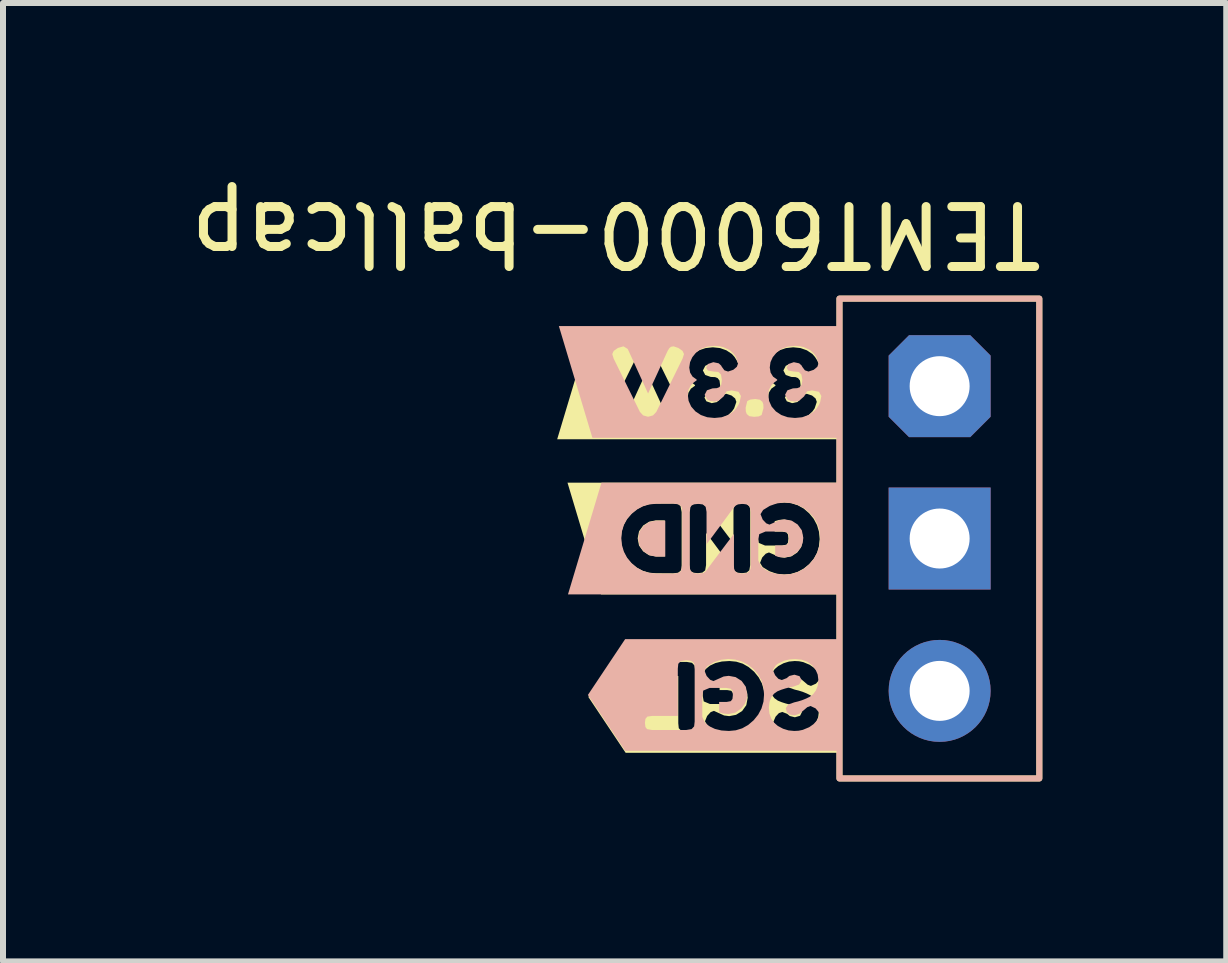
<source format=kicad_pcb>
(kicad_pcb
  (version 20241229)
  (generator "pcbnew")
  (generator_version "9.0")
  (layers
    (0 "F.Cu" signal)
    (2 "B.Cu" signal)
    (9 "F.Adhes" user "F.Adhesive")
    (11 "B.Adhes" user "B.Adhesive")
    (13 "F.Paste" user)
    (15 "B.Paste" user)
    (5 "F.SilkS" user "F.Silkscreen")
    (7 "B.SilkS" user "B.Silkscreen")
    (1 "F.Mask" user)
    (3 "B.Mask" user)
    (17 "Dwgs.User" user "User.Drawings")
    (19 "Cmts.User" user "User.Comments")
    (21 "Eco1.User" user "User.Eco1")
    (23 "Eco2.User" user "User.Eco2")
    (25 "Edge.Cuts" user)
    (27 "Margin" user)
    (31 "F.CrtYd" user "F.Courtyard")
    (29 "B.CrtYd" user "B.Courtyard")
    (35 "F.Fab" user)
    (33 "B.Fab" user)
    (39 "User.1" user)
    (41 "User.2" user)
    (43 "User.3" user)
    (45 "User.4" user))
  (footprint "TEMT6000-ballcap"
    (layer "F.Cu")
    (at 12.615 3.388)
    (property "Reference" "TEMT6000-ballcap" (at 1.778 -2.54 180) (unlocked yes) (layer "F.SilkS") (effects (font (size 1 1) (thickness 0.15)) (justify left)))
    (attr through_hole)
    (fp_rect (start -1.67 -1.46) (end 1.662 6.54) (stroke (width 0.1) (type default)) (fill no) (layer "F.SilkS"))
    (fp_poly (pts (xy -4.734 2.838) (xy -4.582 2.838) (xy -4.582 2.238) (xy -4.736 2.238) (xy -4.844 2.26) (xy -4.942 2.323) (xy -5.011 2.419) (xy -5.034 2.537) (xy -5.012 2.655) (xy -4.944 2.752) (xy -4.847 2.817) (xy -4.734 2.838)) (stroke (width 0) (type solid)) (fill yes) (layer "F.SilkS"))
    (fp_poly (pts (xy -2 3.471) (xy -1.67 3.471) (xy -1.67 1.609) (xy -2 1.609) (xy -2.586 1.609) (xy -2.586 1.94) (xy -2.472 1.951) (xy -2.365 1.985) (xy -2.266 2.04) (xy -2.175 2.119) (xy -2.099 2.212) (xy -2.044 2.316) (xy -2.011 2.428) (xy -2 2.55) (xy -2.012 2.671) (xy -2.045 2.781) (xy -2.1 2.881) (xy -2.178 2.971) (xy -2.271 3.045) (xy -2.372 3.098) (xy -2.481 3.13) (xy -2.597 3.14) (xy -2.72 3.126) (xy -2.838 3.085) (xy -2.951 3.016) (xy -2.994 2.946) (xy -2.958 2.856) (xy -2.899 2.793) (xy -2.845 2.772) (xy -2.748 2.815) (xy -2.675 2.848) (xy -2.589 2.859) (xy -2.475 2.838) (xy -2.375 2.774) (xy -2.305 2.676) (xy -2.281 2.552) (xy -2.292 2.465) (xy -2.324 2.387) (xy -2.377 2.319) (xy -2.478 2.247) (xy -2.593 2.223) (xy -2.675 2.23) (xy -2.75 2.251) (xy -2.75 2.424) (xy -2.624 2.424) (xy -2.554 2.437) (xy -2.527 2.474) (xy -2.521 2.541) (xy -2.528 2.608) (xy -2.554 2.643) (xy -2.631 2.657) (xy -2.91 2.657) (xy -3.015 2.613) (xy -3.031 2.524) (xy -3.031 2.175) (xy -2.986 2.078) (xy -2.911 2.018) (xy -2.82 1.974) (xy -2.711 1.949) (xy -2.586 1.94) (xy -2.586 1.609) (xy -4.032 1.609) (xy -4.032 1.956) (xy -3.947 1.965) (xy -3.907 1.995) (xy -3.795 2.145) (xy -3.696 2.276) (xy -3.611 2.389) (xy -3.539 2.484) (xy -3.481 2.56) (xy -3.437 2.618) (xy -3.437 2.095) (xy -3.435 2.04) (xy -3.42 1.999) (xy -3.378 1.967) (xy -3.296 1.956) (xy -3.216 1.967) (xy -3.175 1.999) (xy -3.16 2.042) (xy -3.158 2.097) (xy -3.158 2.983) (xy -3.173 3.071) (xy -3.218 3.108) (xy -3.296 3.118) (xy -3.371 3.109) (xy -3.41 3.089) (xy -3.447 3.048) (xy -3.552 2.905) (xy -3.645 2.779) (xy -3.726 2.67) (xy -3.794 2.578) (xy -3.851 2.504) (xy -3.894 2.446) (xy -3.894 2.983) (xy -3.909 3.071) (xy -3.955 3.108) (xy -4.03 3.118) (xy -4.103 3.11) (xy -4.144 3.091) (xy -4.164 3.058) (xy -4.174 2.977) (xy -4.174 2.095) (xy -4.171 2.04) (xy -4.156 1.999) (xy -4.114 1.967) (xy -4.032 1.956) (xy -4.032 1.609) (xy -4.731 1.609) (xy -4.731 1.957) (xy -4.44 1.957) (xy -4.362 1.967) (xy -4.32 1.997) (xy -4.301 2.099) (xy -4.301 2.981) (xy -4.303 3.037) (xy -4.318 3.078) (xy -4.36 3.11) (xy -4.442 3.121) (xy -4.736 3.119) (xy -4.847 3.109) (xy -4.952 3.078) (xy -5.05 3.026) (xy -5.14 2.954) (xy -5.217 2.866) (xy -5.271 2.769) (xy -5.304 2.662) (xy -5.315 2.546) (xy -5.304 2.429) (xy -5.272 2.321) (xy -5.219 2.221) (xy -5.144 2.13) (xy -5.055 2.055) (xy -4.956 2.001) (xy -4.848 1.968) (xy -4.731 1.957) (xy -4.731 1.609) (xy -5.315 1.609) (xy -5.646 1.609) (xy -6.204 1.609) (xy -5.646 3.471) (xy -5.315 3.471) (xy -2 3.471)) (stroke (width 0) (type solid)) (fill yes) (layer "F.SilkS"))
    (fp_poly (pts (xy -1.993 6.112) (xy -1.662 6.112) (xy -1.662 4.251) (xy -1.993 4.251) (xy -2.415 4.251) (xy -2.415 4.582) (xy -2.343 4.586) (xy -2.274 4.6) (xy -2.166 4.645) (xy -2.095 4.695) (xy -2.049 4.743) (xy -2.034 4.761) (xy -1.993 4.852) (xy -2.01 4.899) (xy -2.061 4.959) (xy -2.146 4.997) (xy -2.199 4.978) (xy -2.269 4.918) (xy -2.333 4.866) (xy -2.409 4.842) (xy -2.491 4.855) (xy -2.54 4.895) (xy -2.557 4.963) (xy -2.516 5.024) (xy -2.415 5.059) (xy -2.353 5.074) (xy -2.285 5.095) (xy -2.218 5.122) (xy -2.155 5.153) (xy -2.1 5.196) (xy -2.054 5.259) (xy -2.024 5.338) (xy -2.014 5.432) (xy -2.025 5.522) (xy -2.06 5.603) (xy -2.118 5.676) (xy -2.196 5.734) (xy -2.29 5.769) (xy -2.401 5.78) (xy -2.492 5.774) (xy -2.575 5.755) (xy -2.684 5.705) (xy -2.723 5.675) (xy -2.773 5.598) (xy -2.735 5.51) (xy -2.68 5.451) (xy -2.623 5.431) (xy -2.541 5.463) (xy -2.523 5.478) (xy -2.498 5.499) (xy -2.413 5.52) (xy -2.327 5.495) (xy -2.293 5.427) (xy -2.334 5.356) (xy -2.435 5.32) (xy -2.498 5.308) (xy -2.566 5.29) (xy -2.635 5.268) (xy -2.698 5.242) (xy -2.753 5.203) (xy -2.799 5.143) (xy -2.829 5.064) (xy -2.839 4.969) (xy -2.829 4.872) (xy -2.798 4.787) (xy -2.75 4.717) (xy -2.69 4.666) (xy -2.602 4.619) (xy -2.511 4.591) (xy -2.415 4.582) (xy -2.415 4.251) (xy -3.504 4.251) (xy -3.504 4.582) (xy -3.39 4.593) (xy -3.283 4.626) (xy -3.185 4.682) (xy -3.093 4.76) (xy -3.017 4.854) (xy -2.962 4.957) (xy -2.93 5.07) (xy -2.919 5.191) (xy -2.93 5.312) (xy -2.963 5.423) (xy -3.019 5.523) (xy -3.097 5.613) (xy -3.189 5.687) (xy -3.29 5.739) (xy -3.399 5.771) (xy -3.516 5.782) (xy -3.638 5.768) (xy -3.756 5.727) (xy -3.87 5.658) (xy -3.912 5.587) (xy -3.876 5.498) (xy -3.817 5.434) (xy -3.763 5.413) (xy -3.666 5.457) (xy -3.593 5.49) (xy -3.508 5.501) (xy -3.394 5.479) (xy -3.293 5.416) (xy -3.223 5.318) (xy -3.2 5.194) (xy -3.21 5.107) (xy -3.242 5.029) (xy -3.295 4.96) (xy -3.397 4.888) (xy -3.511 4.864) (xy -3.594 4.871) (xy -3.668 4.893) (xy -3.668 5.066) (xy -3.543 5.066) (xy -3.473 5.078) (xy -3.446 5.116) (xy -3.439 5.182) (xy -3.447 5.25) (xy -3.473 5.285) (xy -3.549 5.299) (xy -3.828 5.299) (xy -3.933 5.255) (xy -3.949 5.166) (xy -3.949 4.816) (xy -3.905 4.72) (xy -3.83 4.659) (xy -3.738 4.616) (xy -3.63 4.59) (xy -3.504 4.582) (xy -3.504 4.251) (xy -4.787 4.251) (xy -4.787 4.597) (xy -4.216 4.597) (xy -4.128 4.612) (xy -4.086 4.658) (xy -4.076 4.739) (xy -4.076 5.621) (xy -4.078 5.676) (xy -4.093 5.718) (xy -4.136 5.75) (xy -4.217 5.761) (xy -4.306 5.746) (xy -4.349 5.702) (xy -4.357 5.62) (xy -4.357 4.832) (xy -4.789 4.832) (xy -4.865 4.82) (xy -4.897 4.783) (xy -4.905 4.716) (xy -4.897 4.648) (xy -4.87 4.613) (xy -4.787 4.597) (xy -4.787 4.251) (xy -4.905 4.251) (xy -5.235 4.251) (xy -5.856 5.182) (xy -5.235 6.112) (xy -4.905 6.112) (xy -1.993 6.112)) (stroke (width 0) (type solid)) (fill yes) (layer "F.SilkS"))
    (fp_poly (pts (xy -2 0.885) (xy -1.67 0.885) (xy -1.67 -0.978) (xy -2 -0.978) (xy -2.44 -0.978) (xy -2.44 -0.648) (xy -2.32 -0.635) (xy -2.214 -0.598) (xy -2.122 -0.537) (xy -2.078 -0.487) (xy -2.038 -0.424) (xy -2.021 -0.383) (xy -2.018 -0.367) (xy -2 -0.281) (xy -2.039 -0.212) (xy -2.156 -0.189) (xy -2.24 -0.205) (xy -2.288 -0.287) (xy -2.375 -0.364) (xy -2.442 -0.373) (xy -2.515 -0.365) (xy -2.565 -0.339) (xy -2.605 -0.262) (xy -2.566 -0.187) (xy -2.474 -0.154) (xy -2.402 -0.151) (xy -2.361 -0.135) (xy -2.328 -0.094) (xy -2.318 -0.013) (xy -2.332 0.076) (xy -2.376 0.119) (xy -2.459 0.127) (xy -2.55 0.142) (xy -2.58 0.189) (xy -2.548 0.252) (xy -2.46 0.283) (xy -2.37 0.264) (xy -2.329 0.225) (xy -2.319 0.206) (xy -2.275 0.147) (xy -2.215 0.127) (xy -2.127 0.156) (xy -2.068 0.205) (xy -2.048 0.262) (xy -2.084 0.37) (xy -2.119 0.42) (xy -2.185 0.483) (xy -2.29 0.532) (xy -2.361 0.548) (xy -2.44 0.554) (xy -2.561 0.542) (xy -2.664 0.505) (xy -2.748 0.443) (xy -2.811 0.366) (xy -2.848 0.282) (xy -2.861 0.193) (xy -2.847 0.109) (xy -2.806 0.042) (xy -2.737 -0.008) (xy -2.737 -0.019) (xy -2.784 -0.053) (xy -2.834 -0.105) (xy -2.873 -0.176) (xy -2.886 -0.257) (xy -2.872 -0.364) (xy -2.83 -0.457) (xy -2.759 -0.537) (xy -2.667 -0.599) (xy -2.561 -0.635) (xy -2.44 -0.648) (xy -2.44 -0.978) (xy -3.123 -0.978) (xy -3.123 -0.629) (xy -3.044 -0.621) (xy -2.996 -0.598) (xy -2.965 -0.484) (xy -2.965 -0.478) (xy -2.968 -0.422) (xy -2.983 -0.379) (xy -3.025 -0.344) (xy -3.103 -0.332) (xy -3.184 -0.34) (xy -3.235 -0.365) (xy -3.262 -0.476) (xy -3.262 -0.483) (xy -3.26 -0.539) (xy -3.243 -0.583) (xy -3.201 -0.617) (xy -3.123 -0.629) (xy -3.123 -0.978) (xy -3.781 -0.978) (xy -3.781 -0.648) (xy -3.661 -0.635) (xy -3.556 -0.598) (xy -3.464 -0.537) (xy -3.419 -0.487) (xy -3.38 -0.424) (xy -3.362 -0.383) (xy -3.359 -0.367) (xy -3.342 -0.281) (xy -3.381 -0.212) (xy -3.497 -0.189) (xy -3.581 -0.205) (xy -3.629 -0.287) (xy -3.716 -0.364) (xy -3.783 -0.373) (xy -3.856 -0.365) (xy -3.907 -0.339) (xy -3.947 -0.262) (xy -3.908 -0.187) (xy -3.816 -0.154) (xy -3.743 -0.151) (xy -3.702 -0.135) (xy -3.67 -0.094) (xy -3.659 -0.013) (xy -3.674 0.076) (xy -3.718 0.119) (xy -3.8 0.127) (xy -3.891 0.142) (xy -3.921 0.189) (xy -3.889 0.252) (xy -3.801 0.283) (xy -3.712 0.264) (xy -3.67 0.225) (xy -3.661 0.206) (xy -3.616 0.147) (xy -3.556 0.127) (xy -3.469 0.156) (xy -3.409 0.205) (xy -3.389 0.262) (xy -3.426 0.37) (xy -3.461 0.42) (xy -3.527 0.483) (xy -3.631 0.532) (xy -3.703 0.548) (xy -3.781 0.554) (xy -3.902 0.542) (xy -4.005 0.505) (xy -4.089 0.443) (xy -4.152 0.366) (xy -4.19 0.282) (xy -4.202 0.193) (xy -4.188 0.109) (xy -4.147 0.042) (xy -4.078 -0.008) (xy -4.078 -0.019) (xy -4.125 -0.053) (xy -4.175 -0.105) (xy -4.214 -0.176) (xy -4.228 -0.257) (xy -4.213 -0.364) (xy -4.171 -0.457) (xy -4.101 -0.537) (xy -4.009 -0.599) (xy -3.902 -0.635) (xy -3.781 -0.648) (xy -3.781 -0.978) (xy -4.897 -0.978) (xy -4.897 -0.625) (xy -4.882 -0.625) (xy -4.806 -0.604) (xy -4.753 -0.548) (xy -4.315 0.341) (xy -4.291 0.418) (xy -4.314 0.471) (xy -4.385 0.519) (xy -4.465 0.546) (xy -4.507 0.54) (xy -4.534 0.518) (xy -4.56 0.475) (xy -4.581 0.431) (xy -4.621 0.344) (xy -4.672 0.232) (xy -4.727 0.113) (xy -4.782 -0.006) (xy -4.833 -0.118) (xy -4.872 -0.203) (xy -4.889 -0.24) (xy -5.207 0.456) (xy -5.229 0.503) (xy -5.299 0.546) (xy -5.393 0.519) (xy -5.463 0.471) (xy -5.486 0.418) (xy -5.463 0.341) (xy -5.024 -0.548) (xy -4.971 -0.604) (xy -4.897 -0.625) (xy -4.897 -0.978) (xy -5.486 -0.978) (xy -5.817 -0.978) (xy -6.376 0.885) (xy -5.817 0.885) (xy -5.486 0.885) (xy -2 0.885)) (stroke (width 0) (type solid)) (fill yes) (layer "F.SilkS"))
    (fp_rect (start -1.67 -1.46) (end 1.662 6.54) (stroke (width 0.1) (type default)) (fill no) (layer "B.SilkS"))
    (fp_poly (pts (xy -4.726 2.242) (xy -4.574 2.242) (xy -4.574 2.842) (xy -4.728 2.842) (xy -4.836 2.82) (xy -4.934 2.757) (xy -5.003 2.661) (xy -5.026 2.543) (xy -5.004 2.425) (xy -4.936 2.328) (xy -4.839 2.263) (xy -4.726 2.242)) (stroke (width 0) (type solid)) (fill yes) (layer "B.SilkS"))
    (fp_poly (pts (xy -1.992 1.609) (xy -1.662 1.609) (xy -1.662 3.471) (xy -1.992 3.471) (xy -2.578 3.471) (xy -2.578 3.14) (xy -2.464 3.129) (xy -2.357 3.095) (xy -2.258 3.04) (xy -2.167 2.961) (xy -2.091 2.868) (xy -2.036 2.764) (xy -2.003 2.652) (xy -1.992 2.53) (xy -2.003 2.409) (xy -2.037 2.299) (xy -2.092 2.199) (xy -2.17 2.109) (xy -2.263 2.035) (xy -2.364 1.982) (xy -2.473 1.95) (xy -2.589 1.94) (xy -2.712 1.954) (xy -2.83 1.995) (xy -2.943 2.064) (xy -2.986 2.134) (xy -2.95 2.224) (xy -2.89 2.287) (xy -2.837 2.308) (xy -2.74 2.265) (xy -2.667 2.232) (xy -2.581 2.221) (xy -2.467 2.242) (xy -2.367 2.306) (xy -2.297 2.404) (xy -2.273 2.528) (xy -2.284 2.615) (xy -2.316 2.693) (xy -2.369 2.761) (xy -2.47 2.833) (xy -2.584 2.857) (xy -2.667 2.85) (xy -2.742 2.829) (xy -2.742 2.656) (xy -2.616 2.656) (xy -2.546 2.643) (xy -2.519 2.606) (xy -2.513 2.539) (xy -2.52 2.472) (xy -2.546 2.437) (xy -2.623 2.423) (xy -2.902 2.423) (xy -3.007 2.467) (xy -3.023 2.556) (xy -3.023 2.905) (xy -2.978 3.002) (xy -2.903 3.062) (xy -2.811 3.106) (xy -2.703 3.131) (xy -2.578 3.14) (xy -2.578 3.471) (xy -4.024 3.471) (xy -4.024 3.124) (xy -3.939 3.115) (xy -3.899 3.085) (xy -3.787 2.935) (xy -3.688 2.804) (xy -3.603 2.691) (xy -3.531 2.596) (xy -3.473 2.52) (xy -3.429 2.462) (xy -3.429 2.985) (xy -3.427 3.04) (xy -3.412 3.081) (xy -3.369 3.113) (xy -3.288 3.124) (xy -3.208 3.113) (xy -3.167 3.081) (xy -3.152 3.038) (xy -3.15 2.983) (xy -3.15 2.097) (xy -3.165 2.009) (xy -3.21 1.972) (xy -3.288 1.962) (xy -3.363 1.971) (xy -3.402 1.991) (xy -3.439 2.032) (xy -3.544 2.175) (xy -3.637 2.301) (xy -3.718 2.41) (xy -3.786 2.502) (xy -3.842 2.576) (xy -3.886 2.634) (xy -3.886 2.097) (xy -3.901 2.009) (xy -3.947 1.972) (xy -4.022 1.962) (xy -4.095 1.97) (xy -4.136 1.989) (xy -4.156 2.022) (xy -4.166 2.103) (xy -4.166 2.985) (xy -4.163 3.04) (xy -4.148 3.081) (xy -4.106 3.113) (xy -4.024 3.124) (xy -4.024 3.471) (xy -4.723 3.471) (xy -4.723 3.123) (xy -4.432 3.123) (xy -4.354 3.113) (xy -4.312 3.083) (xy -4.293 2.981) (xy -4.293 2.099) (xy -4.295 2.043) (xy -4.31 2.002) (xy -4.352 1.97) (xy -4.434 1.959) (xy -4.728 1.961) (xy -4.839 1.971) (xy -4.944 2.002) (xy -5.042 2.054) (xy -5.132 2.126) (xy -5.209 2.214) (xy -5.263 2.311) (xy -5.296 2.418) (xy -5.307 2.534) (xy -5.296 2.651) (xy -5.264 2.759) (xy -5.211 2.859) (xy -5.136 2.95) (xy -5.047 3.025) (xy -4.948 3.079) (xy -4.84 3.112) (xy -4.723 3.123) (xy -4.723 3.471) (xy -5.307 3.471) (xy -5.638 3.471) (xy -6.196 3.471) (xy -5.638 1.609) (xy -5.307 1.609) (xy -1.992 1.609)) (stroke (width 0) (type solid)) (fill yes) (layer "B.SilkS"))
    (fp_poly (pts (xy -2.001 4.217) (xy -1.67 4.217) (xy -1.67 6.079) (xy -2.001 6.079) (xy -2.423 6.079) (xy -2.423 5.748) (xy -2.351 5.744) (xy -2.282 5.73) (xy -2.174 5.685) (xy -2.103 5.635) (xy -2.057 5.586) (xy -2.042 5.569) (xy -2.001 5.478) (xy -2.018 5.431) (xy -2.069 5.371) (xy -2.153 5.332) (xy -2.207 5.352) (xy -2.277 5.412) (xy -2.341 5.463) (xy -2.417 5.488) (xy -2.499 5.475) (xy -2.548 5.434) (xy -2.565 5.367) (xy -2.524 5.306) (xy -2.423 5.271) (xy -2.361 5.256) (xy -2.293 5.235) (xy -2.226 5.208) (xy -2.163 5.177) (xy -2.108 5.134) (xy -2.062 5.071) (xy -2.032 4.992) (xy -2.022 4.897) (xy -2.033 4.808) (xy -2.068 4.727) (xy -2.126 4.654) (xy -2.203 4.596) (xy -2.298 4.561) (xy -2.409 4.55) (xy -2.5 4.556) (xy -2.583 4.574) (xy -2.692 4.624) (xy -2.731 4.655) (xy -2.781 4.732) (xy -2.742 4.82) (xy -2.688 4.879) (xy -2.631 4.899) (xy -2.549 4.867) (xy -2.53 4.851) (xy -2.506 4.831) (xy -2.421 4.81) (xy -2.335 4.835) (xy -2.301 4.903) (xy -2.342 4.974) (xy -2.442 5.01) (xy -2.505 5.022) (xy -2.574 5.04) (xy -2.643 5.062) (xy -2.706 5.088) (xy -2.761 5.127) (xy -2.807 5.187) (xy -2.837 5.266) (xy -2.847 5.361) (xy -2.837 5.458) (xy -2.806 5.543) (xy -2.758 5.612) (xy -2.698 5.664) (xy -2.61 5.711) (xy -2.519 5.739) (xy -2.423 5.748) (xy -2.423 6.079) (xy -3.512 6.079) (xy -3.512 5.748) (xy -3.398 5.737) (xy -3.291 5.704) (xy -3.192 5.648) (xy -3.101 5.57) (xy -3.025 5.476) (xy -2.97 5.373) (xy -2.937 5.26) (xy -2.927 5.139) (xy -2.938 5.018) (xy -2.971 4.907) (xy -3.027 4.807) (xy -3.104 4.717) (xy -3.197 4.643) (xy -3.298 4.59) (xy -3.407 4.559) (xy -3.523 4.548) (xy -3.646 4.562) (xy -3.764 4.603) (xy -3.877 4.672) (xy -3.92 4.743) (xy -3.884 4.832) (xy -3.825 4.895) (xy -3.771 4.916) (xy -3.674 4.873) (xy -3.601 4.84) (xy -3.516 4.829) (xy -3.402 4.85) (xy -3.301 4.914) (xy -3.231 5.012) (xy -3.208 5.136) (xy -3.218 5.223) (xy -3.25 5.301) (xy -3.303 5.37) (xy -3.404 5.442) (xy -3.519 5.466) (xy -3.602 5.459) (xy -3.676 5.437) (xy -3.676 5.264) (xy -3.55 5.264) (xy -3.481 5.251) (xy -3.454 5.214) (xy -3.447 5.147) (xy -3.454 5.08) (xy -3.481 5.045) (xy -3.557 5.031) (xy -3.836 5.031) (xy -3.941 5.075) (xy -3.957 5.164) (xy -3.957 5.513) (xy -3.912 5.61) (xy -3.837 5.671) (xy -3.746 5.714) (xy -3.637 5.74) (xy -3.512 5.748) (xy -3.512 6.079) (xy -4.795 6.079) (xy -4.795 5.732) (xy -4.224 5.732) (xy -4.135 5.717) (xy -4.093 5.672) (xy -4.084 5.591) (xy -4.084 4.709) (xy -4.086 4.654) (xy -4.101 4.612) (xy -4.143 4.58) (xy -4.225 4.569) (xy -4.314 4.584) (xy -4.357 4.628) (xy -4.365 4.71) (xy -4.365 5.498) (xy -4.797 5.498) (xy -4.873 5.509) (xy -4.905 5.547) (xy -4.913 5.614) (xy -4.905 5.682) (xy -4.878 5.717) (xy -4.795 5.732) (xy -4.795 6.079) (xy -4.913 6.079) (xy -5.243 6.079) (xy -5.864 5.148) (xy -5.243 4.217) (xy -4.913 4.217) (xy -2.001 4.217)) (stroke (width 0) (type solid)) (fill yes) (layer "B.SilkS"))
    (fp_poly (pts (xy -1.972 -1.002) (xy -1.641 -1.002) (xy -1.641 0.861) (xy -1.972 0.861) (xy -2.411 0.861) (xy -2.411 0.53) (xy -2.291 0.518) (xy -2.186 0.481) (xy -2.094 0.419) (xy -2.049 0.369) (xy -2.01 0.306) (xy -1.992 0.265) (xy -1.989 0.249) (xy -1.972 0.164) (xy -2.011 0.094) (xy -2.127 0.071) (xy -2.211 0.087) (xy -2.259 0.17) (xy -2.346 0.246) (xy -2.413 0.256) (xy -2.486 0.247) (xy -2.537 0.221) (xy -2.577 0.144) (xy -2.538 0.069) (xy -2.446 0.037) (xy -2.373 0.033) (xy -2.332 0.017) (xy -2.3 -0.023) (xy -2.289 -0.105) (xy -2.304 -0.193) (xy -2.348 -0.237) (xy -2.43 -0.244) (xy -2.521 -0.26) (xy -2.551 -0.306) (xy -2.519 -0.37) (xy -2.431 -0.4) (xy -2.342 -0.381) (xy -2.3 -0.343) (xy -2.291 -0.324) (xy -2.246 -0.264) (xy -2.186 -0.244) (xy -2.099 -0.273) (xy -2.039 -0.323) (xy -2.019 -0.379) (xy -2.056 -0.487) (xy -2.091 -0.537) (xy -2.157 -0.6) (xy -2.261 -0.649) (xy -2.333 -0.666) (xy -2.411 -0.672) (xy -2.532 -0.659) (xy -2.635 -0.622) (xy -2.719 -0.56) (xy -2.782 -0.483) (xy -2.82 -0.4) (xy -2.832 -0.31) (xy -2.818 -0.226) (xy -2.777 -0.159) (xy -2.708 -0.11) (xy -2.708 -0.098) (xy -2.755 -0.064) (xy -2.805 -0.013) (xy -2.844 0.059) (xy -2.857 0.14) (xy -2.843 0.246) (xy -2.801 0.34) (xy -2.731 0.42) (xy -2.639 0.481) (xy -2.532 0.518) (xy -2.411 0.53) (xy -2.411 0.861) (xy -3.095 0.861) (xy -3.095 0.511) (xy -3.015 0.504) (xy -2.968 0.481) (xy -2.937 0.367) (xy -2.937 0.36) (xy -2.939 0.305) (xy -2.954 0.262) (xy -2.996 0.226) (xy -3.074 0.214) (xy -3.155 0.223) (xy -3.207 0.248) (xy -3.234 0.359) (xy -3.234 0.365) (xy -3.231 0.421) (xy -3.215 0.465) (xy -3.173 0.5) (xy -3.095 0.511) (xy -3.095 0.861) (xy -3.753 0.861) (xy -3.753 0.53) (xy -3.633 0.518) (xy -3.527 0.481) (xy -3.435 0.419) (xy -3.391 0.369) (xy -3.351 0.306) (xy -3.334 0.265) (xy -3.331 0.249) (xy -3.313 0.164) (xy -3.352 0.094) (xy -3.469 0.071) (xy -3.553 0.087) (xy -3.6 0.17) (xy -3.688 0.246) (xy -3.754 0.256) (xy -3.827 0.247) (xy -3.878 0.221) (xy -3.918 0.144) (xy -3.879 0.069) (xy -3.787 0.037) (xy -3.715 0.033) (xy -3.673 0.017) (xy -3.641 -0.023) (xy -3.631 -0.105) (xy -3.645 -0.193) (xy -3.689 -0.237) (xy -3.772 -0.244) (xy -3.862 -0.26) (xy -3.893 -0.306) (xy -3.861 -0.37) (xy -3.773 -0.4) (xy -3.683 -0.381) (xy -3.642 -0.343) (xy -3.632 -0.324) (xy -3.588 -0.264) (xy -3.527 -0.244) (xy -3.44 -0.273) (xy -3.381 -0.323) (xy -3.361 -0.379) (xy -3.397 -0.487) (xy -3.432 -0.537) (xy -3.498 -0.6) (xy -3.603 -0.649) (xy -3.674 -0.666) (xy -3.753 -0.672) (xy -3.874 -0.659) (xy -3.977 -0.622) (xy -4.061 -0.56) (xy -4.123 -0.483) (xy -4.161 -0.4) (xy -4.174 -0.31) (xy -4.16 -0.226) (xy -4.119 -0.159) (xy -4.05 -0.11) (xy -4.05 -0.098) (xy -4.097 -0.064) (xy -4.147 -0.013) (xy -4.186 0.059) (xy -4.199 0.14) (xy -4.185 0.246) (xy -4.142 0.34) (xy -4.072 0.42) (xy -3.98 0.481) (xy -3.874 0.518) (xy -3.753 0.53) (xy -3.753 0.861) (xy -4.869 0.861) (xy -4.869 0.508) (xy -4.853 0.508) (xy -4.778 0.487) (xy -4.724 0.43) (xy -4.286 -0.459) (xy -4.262 -0.535) (xy -4.286 -0.588) (xy -4.356 -0.637) (xy -4.436 -0.664) (xy -4.478 -0.657) (xy -4.505 -0.635) (xy -4.532 -0.593) (xy -4.553 -0.548) (xy -4.593 -0.461) (xy -4.644 -0.349) (xy -4.698 -0.23) (xy -4.753 -0.111) (xy -4.805 0.001) (xy -4.844 0.086) (xy -4.861 0.122) (xy -5.178 -0.573) (xy -5.201 -0.621) (xy -5.271 -0.664) (xy -5.364 -0.637) (xy -5.434 -0.588) (xy -5.458 -0.535) (xy -5.434 -0.459) (xy -4.996 0.43) (xy -4.943 0.487) (xy -4.869 0.508) (xy -4.869 0.861) (xy -5.458 0.861) (xy -5.789 0.861) (xy -6.348 -1.002) (xy -5.789 -1.002) (xy -5.458 -1.002) (xy -1.972 -1.002)) (stroke (width 0) (type solid)) (fill yes) (layer "B.SilkS"))
    (pad "1" thru_hole roundrect (at 0 0) (size 1.7 1.7) (drill 1) (layers "*.Cu" "*.Mask") (roundrect_rratio 0) (chamfer_ratio 0.2) (chamfer top_left top_right bottom_left bottom_right))
    (pad "2" thru_hole rect (at 0 2.54) (size 1.7 1.7) (drill 1) (layers "*.Cu" "*.Mask"))
    (pad "3" thru_hole oval (at 0 5.08) (size 1.7 1.7) (drill 1) (layers "*.Cu" "*.Mask")))
  (gr_rect
    (start -3 -3)
    (end 17.393 12.978)
    (stroke (width 0.1) (type default))
    (fill no)
    (layer "Edge.Cuts")))
</source>
